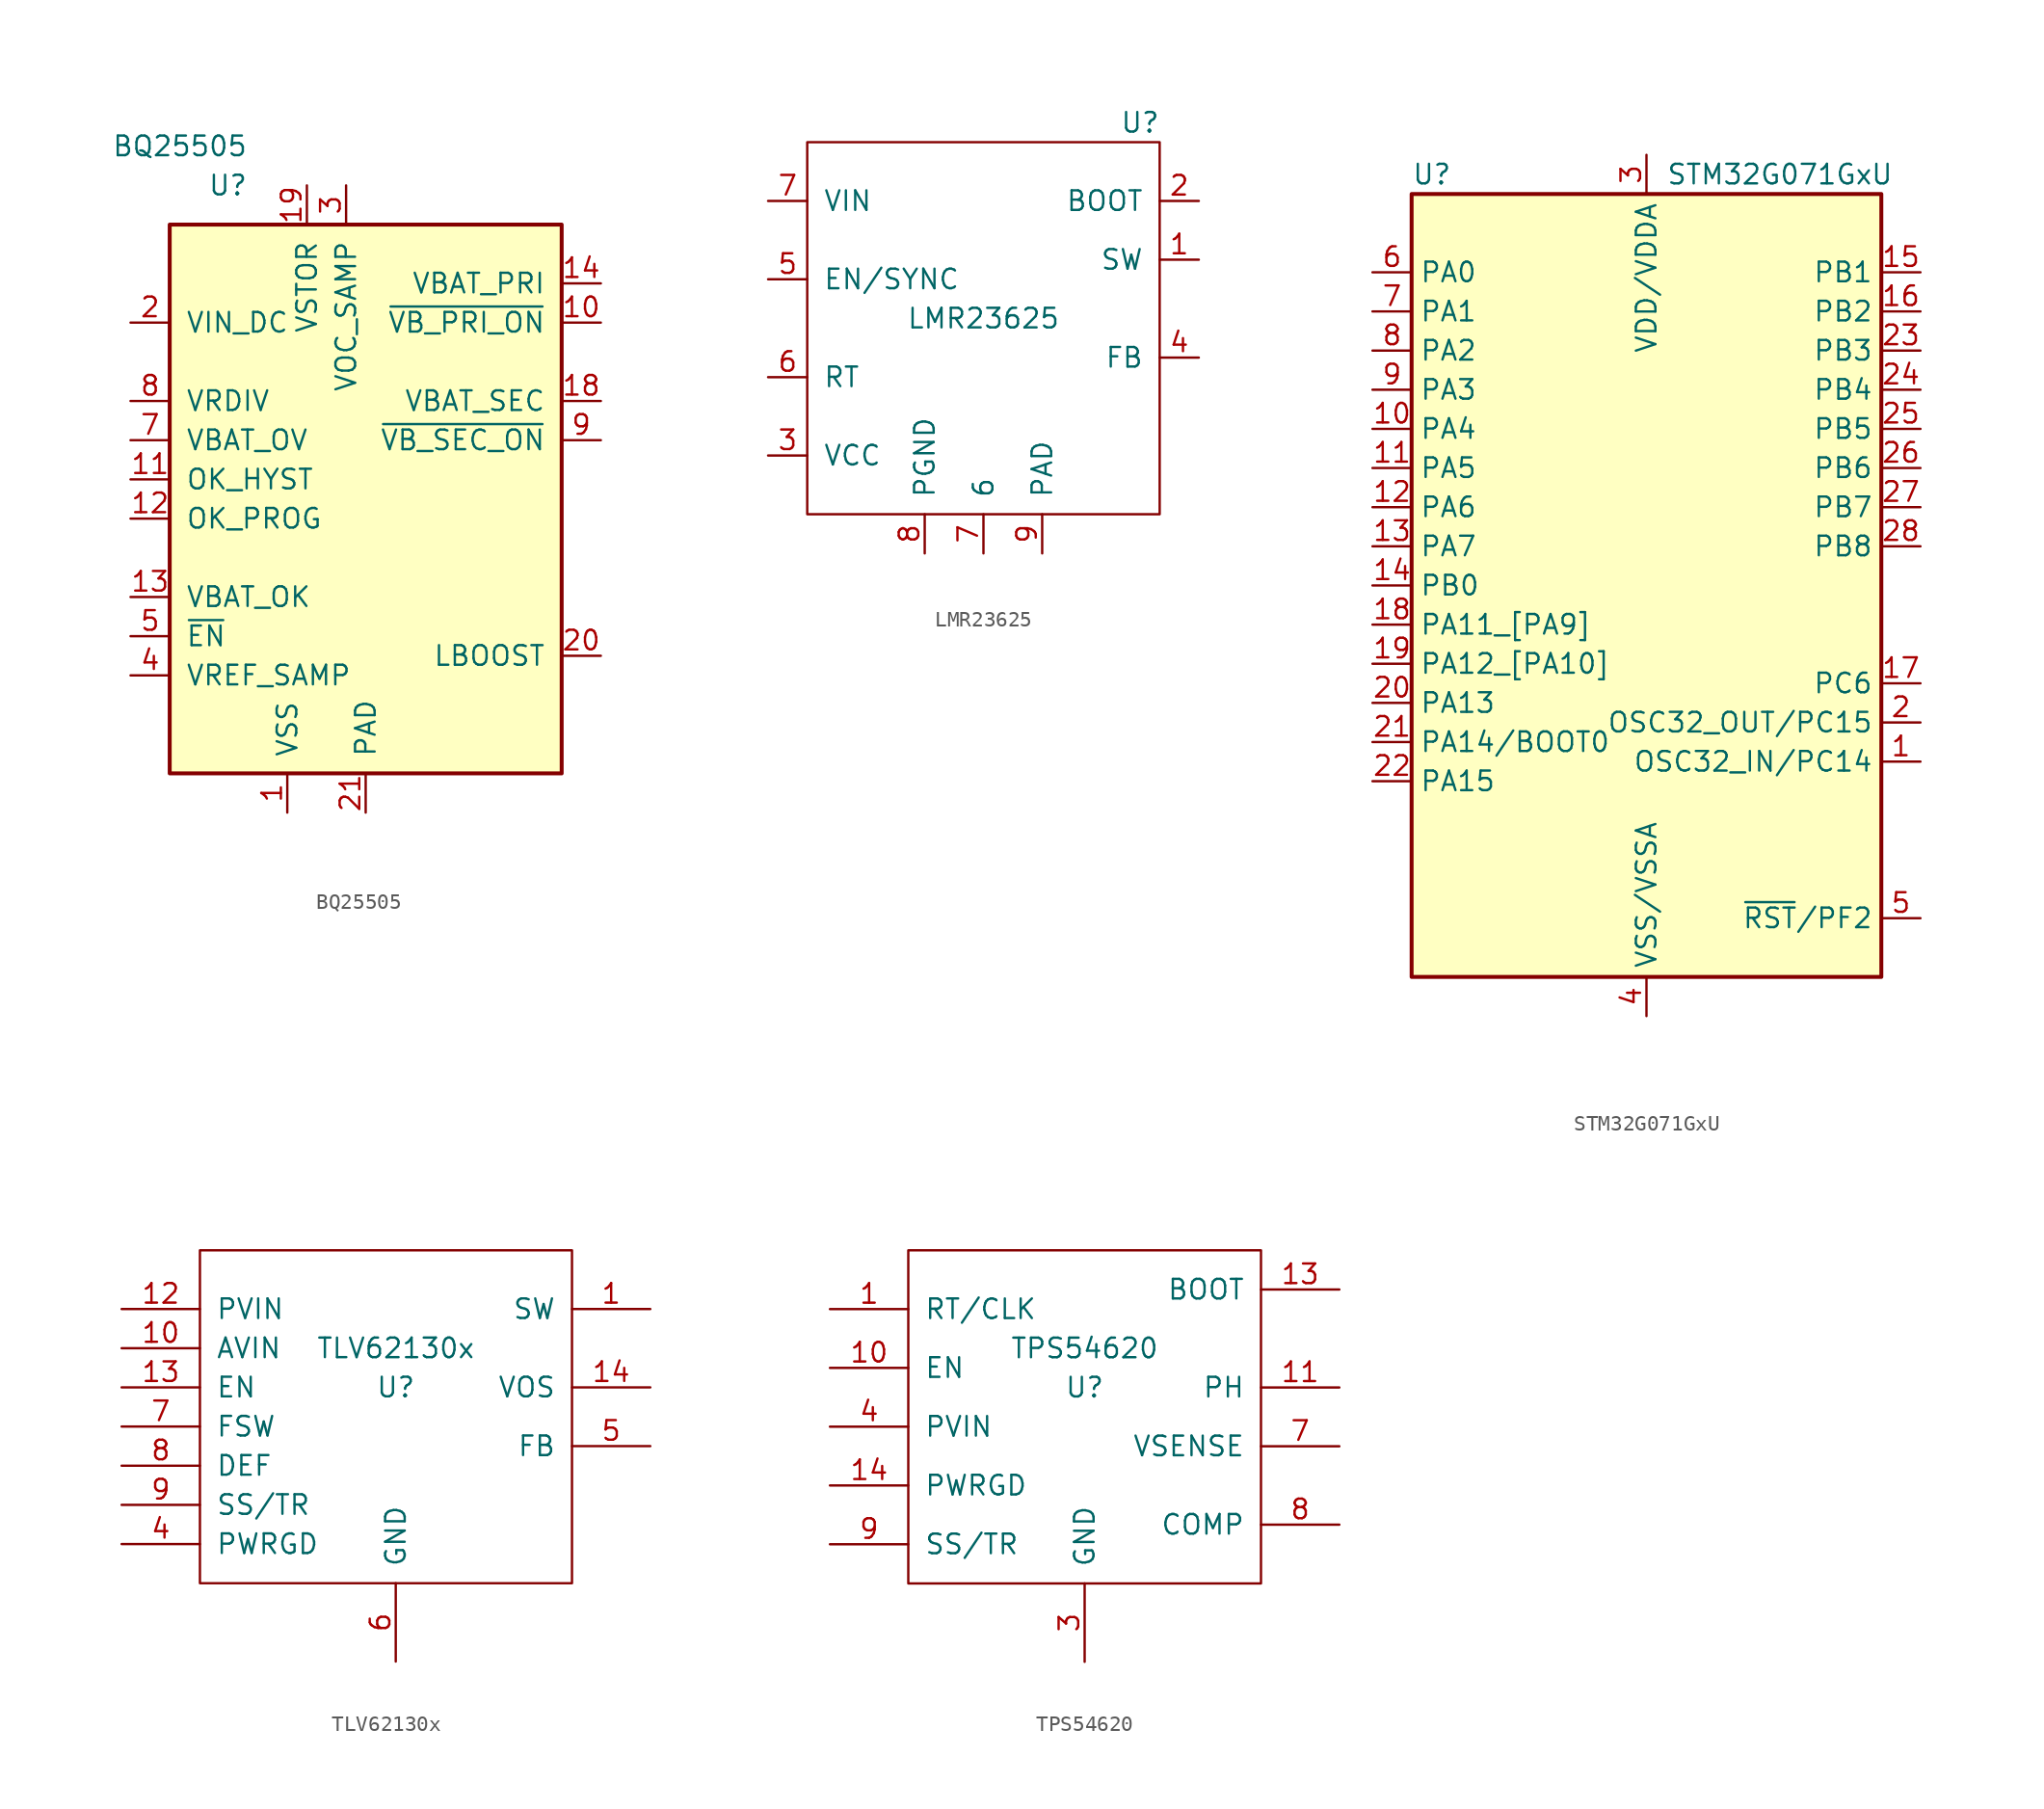
<source format=kicad_sym>
(kicad_symbol_lib
  (version 20201005)
  (generator kicad_symbol_editor)
  (symbol "lamp:BQ25505"
    (pin_names
      (offset 1.016))
    (property "Reference" "U"
      (at -7.62 20.32 0)
      (effects (font (size 1.27 1.27)) (justify right)))
    (property "Value" "BQ25505"
      (at -7.62 22.86 0)
      (effects (font (size 1.27 1.27)) (justify right)))
    (symbol "BQ25505_0_1"
      (rectangle (start -12.7 17.78) (end 12.7 -17.78) (stroke (width 0.254)) (fill (type background))))
    (symbol "BQ25505_1_1"
      (pin power_in line (at -5.08 -20.32 90) (length 2.54) (name "VSS" (effects (font (size 1.27 1.27)))) (number "1" (effects (font (size 1.27 1.27)))))
      (pin output line (at 15.24 11.43 180) (length 2.54) (name "~VB_PRI_ON~" (effects (font (size 1.27 1.27)))) (number "10" (effects (font (size 1.27 1.27)))))
      (pin input line (at -15.24 1.27 0) (length 2.54) (name "OK_HYST" (effects (font (size 1.27 1.27)))) (number "11" (effects (font (size 1.27 1.27)))))
      (pin input line (at -15.24 -1.27 0) (length 2.54) (name "OK_PROG" (effects (font (size 1.27 1.27)))) (number "12" (effects (font (size 1.27 1.27)))))
      (pin output line (at -15.24 -6.35 0) (length 2.54) (name "VBAT_OK" (effects (font (size 1.27 1.27)))) (number "13" (effects (font (size 1.27 1.27)))))
      (pin input line (at 15.24 13.97 180) (length 2.54) (name "VBAT_PRI" (effects (font (size 1.27 1.27)))) (number "14" (effects (font (size 1.27 1.27)))))
      (pin passive line (at -5.08 -20.32 90) (length 2.54) hide (name "VSS" (effects (font (size 1.27 1.27)))) (number "15" (effects (font (size 1.27 1.27)))))
      (pin passive line (at -5.08 -20.32 90) (length 2.54) hide (name "VSS" (effects (font (size 1.27 1.27)))) (number "16" (effects (font (size 1.27 1.27)))))
      (pin passive line (at -5.08 -20.32 90) (length 2.54) hide (name "VSS" (effects (font (size 1.27 1.27)))) (number "17" (effects (font (size 1.27 1.27)))))
      (pin bidirectional line (at 15.24 6.35 180) (length 2.54) (name "VBAT_SEC" (effects (font (size 1.27 1.27)))) (number "18" (effects (font (size 1.27 1.27)))))
      (pin bidirectional line (at -3.81 20.32 270) (length 2.54) (name "VSTOR" (effects (font (size 1.27 1.27)))) (number "19" (effects (font (size 1.27 1.27)))))
      (pin power_in line (at -15.24 11.43 0) (length 2.54) (name "VIN_DC" (effects (font (size 1.27 1.27)))) (number "2" (effects (font (size 1.27 1.27)))))
      (pin input line (at 15.24 -10.16 180) (length 2.54) (name "LBOOST" (effects (font (size 1.27 1.27)))) (number "20" (effects (font (size 1.27 1.27)))))
      (pin passive line (at 0 -20.32 90) (length 2.54) (name "PAD" (effects (font (size 1.27 1.27)))) (number "21" (effects (font (size 1.27 1.27)))))
      (pin input line (at -1.27 20.32 270) (length 2.54) (name "VOC_SAMP" (effects (font (size 1.27 1.27)))) (number "3" (effects (font (size 1.27 1.27)))))
      (pin passive line (at -15.24 -11.43 0) (length 2.54) (name "VREF_SAMP" (effects (font (size 1.27 1.27)))) (number "4" (effects (font (size 1.27 1.27)))))
      (pin input line (at -15.24 -8.89 0) (length 2.54) (name "~EN~" (effects (font (size 1.27 1.27)))) (number "5" (effects (font (size 1.27 1.27)))))
      (pin passive line (at -5.08 -20.32 90) (length 2.54) hide (name "VSS" (effects (font (size 1.27 1.27)))) (number "6" (effects (font (size 1.27 1.27)))))
      (pin input line (at -15.24 3.81 0) (length 2.54) (name "VBAT_OV" (effects (font (size 1.27 1.27)))) (number "7" (effects (font (size 1.27 1.27)))))
      (pin output line (at -15.24 6.35 0) (length 2.54) (name "VRDIV" (effects (font (size 1.27 1.27)))) (number "8" (effects (font (size 1.27 1.27)))))
      (pin output line (at 15.24 3.81 180) (length 2.54) (name "~VB_SEC_ON~" (effects (font (size 1.27 1.27)))) (number "9" (effects (font (size 1.27 1.27)))))))
  (symbol "lamp:LMR23625"
    (pin_names
      (offset 1.016))
    (property "Reference" "U"
      (at 10.16 12.7 0)
      (effects (font (size 1.27 1.27))))
    (property "Value" "LMR23625"
      (at 0 0 0)
      (effects (font (size 1.27 1.27))))
    (symbol "LMR23625_0_1"
      (rectangle (start -11.43 11.43) (end 11.43 -12.7) (stroke (width 0)) (fill (type none))))
    (symbol "LMR23625_1_1"
      (pin power_out line (at 13.97 3.81 180) (length 2.54) (name "SW" (effects (font (size 1.27 1.27)))) (number "1" (effects (font (size 1.27 1.27)))))
      (pin passive line (at 13.97 7.62 180) (length 2.54) (name "BOOT" (effects (font (size 1.27 1.27)))) (number "2" (effects (font (size 1.27 1.27)))))
      (pin power_out line (at -13.97 -8.89 0) (length 2.54) (name "VCC" (effects (font (size 1.27 1.27)))) (number "3" (effects (font (size 1.27 1.27)))))
      (pin input line (at 13.97 -2.54 180) (length 2.54) (name "FB" (effects (font (size 1.27 1.27)))) (number "4" (effects (font (size 1.27 1.27)))))
      (pin input line (at -13.97 2.54 0) (length 2.54) (name "EN/SYNC" (effects (font (size 1.27 1.27)))) (number "5" (effects (font (size 1.27 1.27)))))
      (pin passive line (at -13.97 -3.81 0) (length 2.54) (name "RT" (effects (font (size 1.27 1.27)))) (number "6" (effects (font (size 1.27 1.27)))))
      (pin power_in line (at 0 -15.24 90) (length 2.54) (name "6" (effects (font (size 1.27 1.27)))) (number "7" (effects (font (size 1.27 1.27)))))
      (pin power_in line (at -13.97 7.62 0) (length 2.54) (name "VIN" (effects (font (size 1.27 1.27)))) (number "7" (effects (font (size 1.27 1.27)))))
      (pin power_in line (at -3.81 -15.24 90) (length 2.54) (name "PGND" (effects (font (size 1.27 1.27)))) (number "8" (effects (font (size 1.27 1.27)))))
      (pin power_in line (at 3.81 -15.24 90) (length 2.54) (name "PAD" (effects (font (size 1.27 1.27)))) (number "9" (effects (font (size 1.27 1.27)))))))
  (symbol "lamp:STM32G071GxU"
    (property "Reference" "U"
      (at -15.24 26.67 0)
      (effects (font (size 1.27 1.27)) (justify left)))
    (property "Value" "STM32G071GxU"
      (at 1.27 26.67 0)
      (effects (font (size 1.27 1.27)) (justify left)))
    (symbol "STM32G071GxU_0_1"
      (rectangle (start -15.24 -25.4) (end 15.24 25.4) (stroke (width 0.254)) (fill (type background))))
    (symbol "STM32G071GxU_1_1"
      (pin bidirectional line (at 17.78 -11.43 180) (length 2.54) (name "OSC32_IN/PC14" (effects (font (size 1.27 1.27)))) (number "1" (effects (font (size 1.27 1.27)))))
      (pin bidirectional line (at -17.78 10.16 0) (length 2.54) (name "PA4" (effects (font (size 1.27 1.27)))) (number "10" (effects (font (size 1.27 1.27)))))
      (pin bidirectional line (at -17.78 7.62 0) (length 2.54) (name "PA5" (effects (font (size 1.27 1.27)))) (number "11" (effects (font (size 1.27 1.27)))))
      (pin bidirectional line (at -17.78 5.08 0) (length 2.54) (name "PA6" (effects (font (size 1.27 1.27)))) (number "12" (effects (font (size 1.27 1.27)))))
      (pin bidirectional line (at -17.78 2.54 0) (length 2.54) (name "PA7" (effects (font (size 1.27 1.27)))) (number "13" (effects (font (size 1.27 1.27)))))
      (pin bidirectional line (at -17.78 0 0) (length 2.54) (name "PB0" (effects (font (size 1.27 1.27)))) (number "14" (effects (font (size 1.27 1.27)))))
      (pin bidirectional line (at 17.78 20.32 180) (length 2.54) (name "PB1" (effects (font (size 1.27 1.27)))) (number "15" (effects (font (size 1.27 1.27)))))
      (pin bidirectional line (at 17.78 17.78 180) (length 2.54) (name "PB2" (effects (font (size 1.27 1.27)))) (number "16" (effects (font (size 1.27 1.27)))))
      (pin bidirectional line (at 17.78 -6.35 180) (length 2.54) (name "PC6" (effects (font (size 1.27 1.27)))) (number "17" (effects (font (size 1.27 1.27)))))
      (pin bidirectional line (at -17.78 -2.54 0) (length 2.54) (name "PA11_[PA9]" (effects (font (size 1.27 1.27)))) (number "18" (effects (font (size 1.27 1.27)))))
      (pin bidirectional line (at -17.78 -5.08 0) (length 2.54) (name "PA12_[PA10]" (effects (font (size 1.27 1.27)))) (number "19" (effects (font (size 1.27 1.27)))))
      (pin bidirectional line (at 17.78 -8.89 180) (length 2.54) (name "OSC32_OUT/PC15" (effects (font (size 1.27 1.27)))) (number "2" (effects (font (size 1.27 1.27)))))
      (pin bidirectional line (at -17.78 -7.62 0) (length 2.54) (name "PA13" (effects (font (size 1.27 1.27)))) (number "20" (effects (font (size 1.27 1.27)))))
      (pin bidirectional line (at -17.78 -10.16 0) (length 2.54) (name "PA14/BOOT0" (effects (font (size 1.27 1.27)))) (number "21" (effects (font (size 1.27 1.27)))))
      (pin bidirectional line (at -17.78 -12.7 0) (length 2.54) (name "PA15" (effects (font (size 1.27 1.27)))) (number "22" (effects (font (size 1.27 1.27)))))
      (pin bidirectional line (at 17.78 15.24 180) (length 2.54) (name "PB3" (effects (font (size 1.27 1.27)))) (number "23" (effects (font (size 1.27 1.27)))))
      (pin bidirectional line (at 17.78 12.7 180) (length 2.54) (name "PB4" (effects (font (size 1.27 1.27)))) (number "24" (effects (font (size 1.27 1.27)))))
      (pin bidirectional line (at 17.78 10.16 180) (length 2.54) (name "PB5" (effects (font (size 1.27 1.27)))) (number "25" (effects (font (size 1.27 1.27)))))
      (pin bidirectional line (at 17.78 7.62 180) (length 2.54) (name "PB6" (effects (font (size 1.27 1.27)))) (number "26" (effects (font (size 1.27 1.27)))))
      (pin bidirectional line (at 17.78 5.08 180) (length 2.54) (name "PB7" (effects (font (size 1.27 1.27)))) (number "27" (effects (font (size 1.27 1.27)))))
      (pin bidirectional line (at 17.78 2.54 180) (length 2.54) (name "PB8" (effects (font (size 1.27 1.27)))) (number "28" (effects (font (size 1.27 1.27)))))
      (pin power_in line (at 0 27.94 270) (length 2.54) (name "VDD/VDDA" (effects (font (size 1.27 1.27)))) (number "3" (effects (font (size 1.27 1.27)))))
      (pin power_in line (at 0 -27.94 90) (length 2.54) (name "VSS/VSSA" (effects (font (size 1.27 1.27)))) (number "4" (effects (font (size 1.27 1.27)))))
      (pin bidirectional line (at 17.78 -21.59 180) (length 2.54) (name "~RST~/PF2" (effects (font (size 1.27 1.27)))) (number "5" (effects (font (size 1.27 1.27)))))
      (pin bidirectional line (at -17.78 20.32 0) (length 2.54) (name "PA0" (effects (font (size 1.27 1.27)))) (number "6" (effects (font (size 1.27 1.27)))))
      (pin bidirectional line (at -17.78 17.78 0) (length 2.54) (name "PA1" (effects (font (size 1.27 1.27)))) (number "7" (effects (font (size 1.27 1.27)))))
      (pin bidirectional line (at -17.78 15.24 0) (length 2.54) (name "PA2" (effects (font (size 1.27 1.27)))) (number "8" (effects (font (size 1.27 1.27)))))
      (pin bidirectional line (at -17.78 12.7 0) (length 2.54) (name "PA3" (effects (font (size 1.27 1.27)))) (number "9" (effects (font (size 1.27 1.27)))))))
  (symbol "lamp:TLV62130x"
    (pin_names
      (offset 1.016))
    (property "Reference" "U"
      (at 0 0 0)
      (effects (font (size 1.27 1.27))))
    (property "Value" "TLV62130x"
      (at 0 2.54 0)
      (effects (font (size 1.27 1.27))))
    (symbol "TLV62130x_0_1"
      (rectangle (start -12.7 8.89) (end 11.43 -12.7) (stroke (width 0)) (fill (type none))))
    (symbol "TLV62130x_1_1"
      (pin power_out line (at 16.51 5.08 180) (length 5.08) (name "SW" (effects (font (size 1.27 1.27)))) (number "1" (effects (font (size 1.27 1.27)))))
      (pin input line (at -17.78 2.54 0) (length 5.08) (name "AVIN" (effects (font (size 1.27 1.27)))) (number "10" (effects (font (size 1.27 1.27)))))
      (pin passive line (at -17.78 5.08 0) (length 5.08) hide (name "PVIN" (effects (font (size 1.27 1.27)))) (number "11" (effects (font (size 1.27 1.27)))))
      (pin power_in line (at -17.78 5.08 0) (length 5.08) (name "PVIN" (effects (font (size 1.27 1.27)))) (number "12" (effects (font (size 1.27 1.27)))))
      (pin input line (at -17.78 0 0) (length 5.08) (name "EN" (effects (font (size 1.27 1.27)))) (number "13" (effects (font (size 1.27 1.27)))))
      (pin input line (at 16.51 0 180) (length 5.08) (name "VOS" (effects (font (size 1.27 1.27)))) (number "14" (effects (font (size 1.27 1.27)))))
      (pin passive line (at 0 -17.78 90) (length 5.08) hide (name "GND" (effects (font (size 1.27 1.27)))) (number "15" (effects (font (size 1.27 1.27)))))
      (pin passive line (at 0 -17.78 90) (length 5.08) hide (name "GND" (effects (font (size 1.27 1.27)))) (number "16" (effects (font (size 1.27 1.27)))))
      (pin passive line (at 0 -17.78 90) (length 5.08) hide (name "GND" (effects (font (size 1.27 1.27)))) (number "17" (effects (font (size 1.27 1.27)))))
      (pin passive line (at 16.51 5.08 180) (length 5.08) hide (name "SW" (effects (font (size 1.27 1.27)))) (number "2" (effects (font (size 1.27 1.27)))))
      (pin passive line (at 16.51 5.08 180) (length 5.08) hide (name "SW" (effects (font (size 1.27 1.27)))) (number "3" (effects (font (size 1.27 1.27)))))
      (pin open_collector line (at -17.78 -10.16 0) (length 5.08) (name "PWRGD" (effects (font (size 1.27 1.27)))) (number "4" (effects (font (size 1.27 1.27)))))
      (pin input line (at 16.51 -3.81 180) (length 5.08) (name "FB" (effects (font (size 1.27 1.27)))) (number "5" (effects (font (size 1.27 1.27)))))
      (pin power_in line (at 0 -17.78 90) (length 5.08) (name "GND" (effects (font (size 1.27 1.27)))) (number "6" (effects (font (size 1.27 1.27)))))
      (pin input line (at -17.78 -2.54 0) (length 5.08) (name "FSW" (effects (font (size 1.27 1.27)))) (number "7" (effects (font (size 1.27 1.27)))))
      (pin input line (at -17.78 -5.08 0) (length 5.08) (name "DEF" (effects (font (size 1.27 1.27)))) (number "8" (effects (font (size 1.27 1.27)))))
      (pin passive line (at -17.78 -7.62 0) (length 5.08) (name "SS/TR" (effects (font (size 1.27 1.27)))) (number "9" (effects (font (size 1.27 1.27)))))))
  (symbol "lamp:TPS54620"
    (pin_names
      (offset 1.016))
    (property "Reference" "U"
      (at 0 0 0)
      (effects (font (size 1.27 1.27))))
    (property "Value" "TPS54620"
      (at 0 2.54 0)
      (effects (font (size 1.27 1.27))))
    (symbol "TPS54620_0_1"
      (rectangle (start -11.43 8.89) (end 11.43 -12.7) (stroke (width 0)) (fill (type none))))
    (symbol "TPS54620_1_1"
      (pin input line (at -16.51 5.08 0) (length 5.08) (name "RT/CLK" (effects (font (size 1.27 1.27)))) (number "1" (effects (font (size 1.27 1.27)))))
      (pin input line (at -16.51 1.27 0) (length 5.08) (name "EN" (effects (font (size 1.27 1.27)))) (number "10" (effects (font (size 1.27 1.27)))))
      (pin power_out line (at 16.51 0 180) (length 5.08) (name "PH" (effects (font (size 1.27 1.27)))) (number "11" (effects (font (size 1.27 1.27)))))
      (pin passive line (at 16.51 0 180) (length 5.08) hide (name "PH" (effects (font (size 1.27 1.27)))) (number "12" (effects (font (size 1.27 1.27)))))
      (pin passive line (at 16.51 6.35 180) (length 5.08) (name "BOOT" (effects (font (size 1.27 1.27)))) (number "13" (effects (font (size 1.27 1.27)))))
      (pin output line (at -16.51 -6.35 0) (length 5.08) (name "PWRGD" (effects (font (size 1.27 1.27)))) (number "14" (effects (font (size 1.27 1.27)))))
      (pin passive line (at 0 -17.78 90) (length 5.08) hide (name "GND" (effects (font (size 1.27 1.27)))) (number "15" (effects (font (size 1.27 1.27)))))
      (pin passive line (at 0 -17.78 90) (length 5.08) hide (name "GND" (effects (font (size 1.27 1.27)))) (number "2" (effects (font (size 1.27 1.27)))))
      (pin power_in line (at 0 -17.78 90) (length 5.08) (name "GND" (effects (font (size 1.27 1.27)))) (number "3" (effects (font (size 1.27 1.27)))))
      (pin power_in line (at -16.51 -2.54 0) (length 5.08) (name "PVIN" (effects (font (size 1.27 1.27)))) (number "4" (effects (font (size 1.27 1.27)))))
      (pin passive line (at -16.51 -2.54 0) (length 5.08) hide (name "PVIN" (effects (font (size 1.27 1.27)))) (number "5" (effects (font (size 1.27 1.27)))))
      (pin passive line (at -16.51 -2.54 0) (length 5.08) hide (name "PVIN" (effects (font (size 1.27 1.27)))) (number "6" (effects (font (size 1.27 1.27)))))
      (pin input line (at 16.51 -3.81 180) (length 5.08) (name "VSENSE" (effects (font (size 1.27 1.27)))) (number "7" (effects (font (size 1.27 1.27)))))
      (pin passive line (at 16.51 -8.89 180) (length 5.08) (name "COMP" (effects (font (size 1.27 1.27)))) (number "8" (effects (font (size 1.27 1.27)))))
      (pin passive line (at -16.51 -10.16 0) (length 5.08) (name "SS/TR" (effects (font (size 1.27 1.27)))) (number "9" (effects (font (size 1.27 1.27))))))))
</source>
